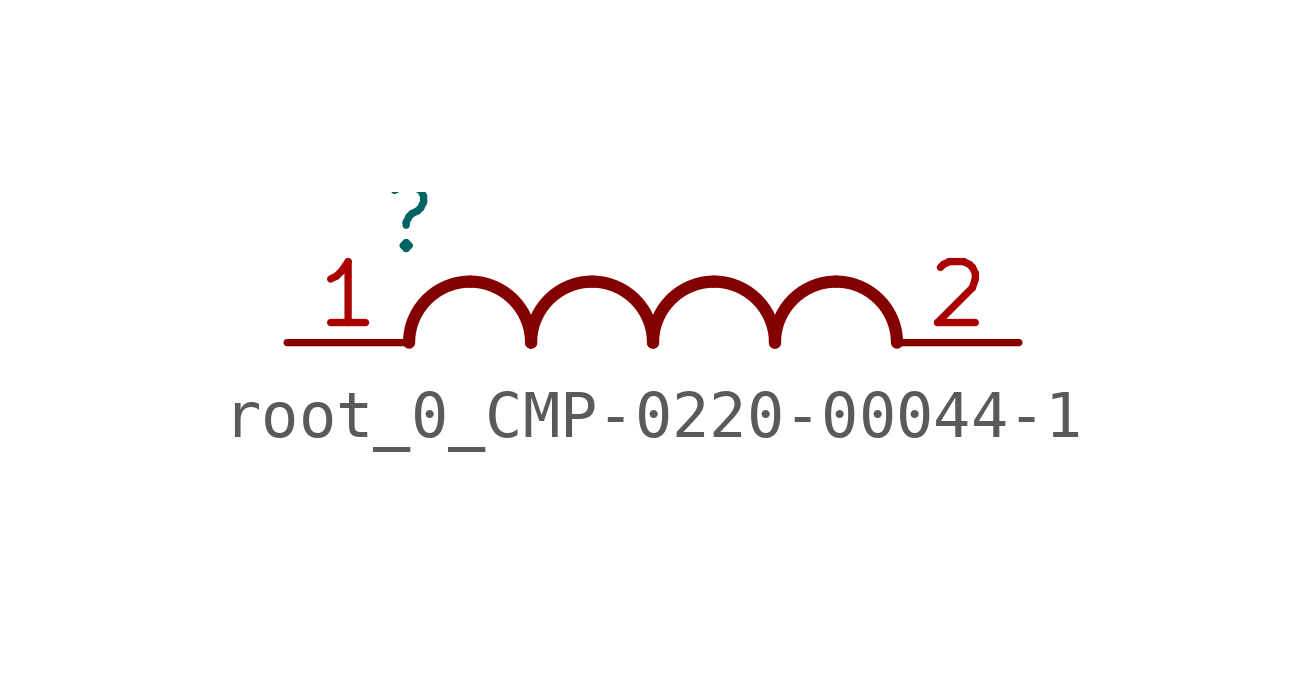
<source format=kicad_sym>
(kicad_symbol_lib
  (version 20220914)
  (generator kicad_symbol_editor)
  (symbol "root_0_CMP-0220-00044-1"
    (property "Reference" ""
      (at 0 0 0)
      (effects (font (size 1.27 1.27))))
    (property "Value" ""
      (at 0 0 0)
      (effects (font (size 1.27 1.27))))
    (symbol "root_0_CMP-0220-00044-1_1_0"
      (arc (start 1.27 -1.27) (mid 0.372 -1.642) (end 0 -2.54) (stroke (width 0.254) (type solid)) (fill (type none)))
      (arc (start 2.54 -2.54) (mid 2.168 -1.642) (end 1.27 -1.27) (stroke (width 0.254) (type solid)) (fill (type none)))
      (arc (start 3.81 -1.27) (mid 2.912 -1.642) (end 2.54 -2.54) (stroke (width 0.254) (type solid)) (fill (type none)))
      (arc (start 5.08 -2.54) (mid 4.708 -1.642) (end 3.81 -1.27) (stroke (width 0.254) (type solid)) (fill (type none)))
      (arc (start 6.35 -1.27) (mid 5.452 -1.642) (end 5.08 -2.54) (stroke (width 0.254) (type solid)) (fill (type none)))
      (arc (start 7.62 -2.54) (mid 7.248 -1.642) (end 6.35 -1.27) (stroke (width 0.254) (type solid)) (fill (type none)))
      (arc (start 8.89 -1.27) (mid 7.992 -1.642) (end 7.62 -2.54) (stroke (width 0.254) (type solid)) (fill (type none)))
      (arc (start 10.16 -2.54) (mid 9.788 -1.642) (end 8.89 -1.27) (stroke (width 0.254) (type solid)) (fill (type none)))
      (pin passive line (at -2.54 -2.54 0) (length 2.54) (name "1" (effects (font (size 0 0)))) (number "1" (effects (font (size 1.27 1.27)))))
      (pin passive line (at 12.7 -2.54 180) (length 2.54) (name "2" (effects (font (size 0 0)))) (number "2" (effects (font (size 1.27 1.27))))))))
</source>
